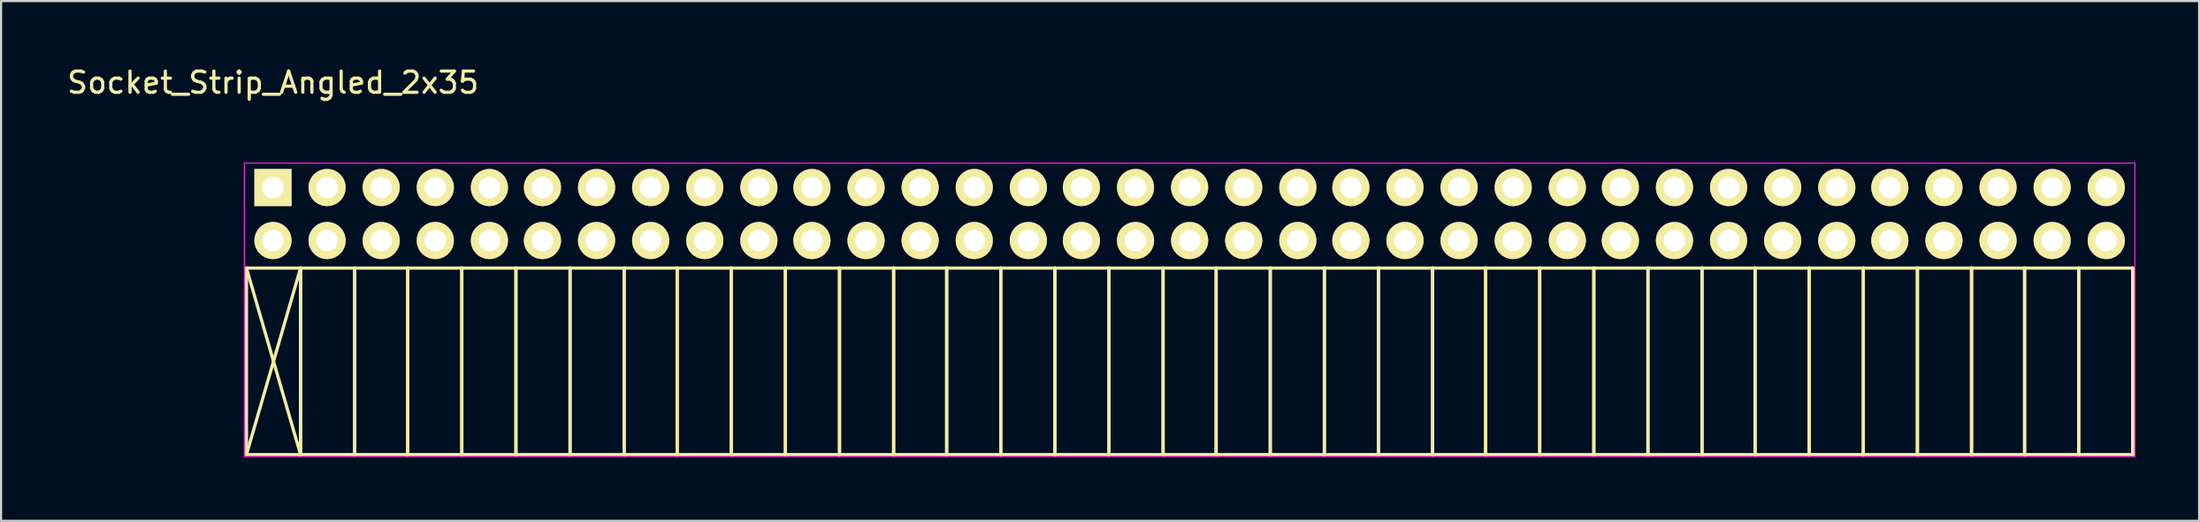
<source format=kicad_pcb>
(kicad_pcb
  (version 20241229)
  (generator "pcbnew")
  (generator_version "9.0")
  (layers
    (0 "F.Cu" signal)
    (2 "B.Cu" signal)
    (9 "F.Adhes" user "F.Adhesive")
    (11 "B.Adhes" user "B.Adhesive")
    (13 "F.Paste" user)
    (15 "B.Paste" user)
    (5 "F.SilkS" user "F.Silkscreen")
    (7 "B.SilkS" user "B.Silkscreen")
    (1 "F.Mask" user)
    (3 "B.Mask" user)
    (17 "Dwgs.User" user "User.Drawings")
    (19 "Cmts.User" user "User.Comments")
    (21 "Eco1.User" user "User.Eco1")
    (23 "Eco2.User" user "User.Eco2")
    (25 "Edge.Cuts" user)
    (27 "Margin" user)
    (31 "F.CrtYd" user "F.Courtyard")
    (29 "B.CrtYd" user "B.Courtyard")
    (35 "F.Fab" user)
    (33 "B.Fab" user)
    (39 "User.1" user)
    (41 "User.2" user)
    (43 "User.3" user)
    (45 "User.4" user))
  (footprint "Socket_Strip_Angled_2x35"
    (layer "F.Cu")
    (at 9.815 5.798)
    (property "Reference" "Socket_Strip_Angled_2x35" (at 0 -4.95 0) (layer "F.SilkS") (effects (font (size 1 1) (thickness 0.15))))
    (attr through_hole)
    (fp_line (start -1.25 3.8) (end -1.25 12.6) (stroke (width 0.15) (type solid)) (layer "F.SilkS"))
    (fp_line (start -1.25 3.8) (end 1.3 3.8) (stroke (width 0.15) (type solid)) (layer "F.SilkS"))
    (fp_line (start -1.25 3.8) (end 1.3 12.6) (stroke (width 0.15) (type solid)) (layer "F.SilkS"))
    (fp_line (start -1.25 12.6) (end 1.3 3.8) (stroke (width 0.15) (type solid)) (layer "F.SilkS"))
    (fp_line (start -1.25 12.6) (end 1.3 12.6) (stroke (width 0.15) (type solid)) (layer "F.SilkS"))
    (fp_line (start 1.3 3.8) (end 1.3 12.6) (stroke (width 0.15) (type solid)) (layer "F.SilkS"))
    (fp_line (start 1.3 3.8) (end 3.85 3.8) (stroke (width 0.15) (type solid)) (layer "F.SilkS"))
    (fp_line (start 1.3 12.6) (end 1.3 3.8) (stroke (width 0.15) (type solid)) (layer "F.SilkS"))
    (fp_line (start 1.3 12.6) (end 3.85 12.6) (stroke (width 0.15) (type solid)) (layer "F.SilkS"))
    (fp_line (start 3.85 3.8) (end 3.85 12.6) (stroke (width 0.15) (type solid)) (layer "F.SilkS"))
    (fp_line (start 3.85 3.8) (end 6.35 3.8) (stroke (width 0.15) (type solid)) (layer "F.SilkS"))
    (fp_line (start 3.85 12.6) (end 3.85 3.8) (stroke (width 0.15) (type solid)) (layer "F.SilkS"))
    (fp_line (start 3.85 12.6) (end 6.35 12.6) (stroke (width 0.15) (type solid)) (layer "F.SilkS"))
    (fp_line (start 6.35 3.8) (end 6.35 12.6) (stroke (width 0.15) (type solid)) (layer "F.SilkS"))
    (fp_line (start 6.35 3.8) (end 8.9 3.8) (stroke (width 0.15) (type solid)) (layer "F.SilkS"))
    (fp_line (start 6.35 12.6) (end 6.35 3.8) (stroke (width 0.15) (type solid)) (layer "F.SilkS"))
    (fp_line (start 6.35 12.6) (end 8.9 12.6) (stroke (width 0.15) (type solid)) (layer "F.SilkS"))
    (fp_line (start 8.9 3.8) (end 8.9 12.6) (stroke (width 0.15) (type solid)) (layer "F.SilkS"))
    (fp_line (start 8.9 3.8) (end 11.45 3.8) (stroke (width 0.15) (type solid)) (layer "F.SilkS"))
    (fp_line (start 8.9 12.6) (end 8.9 3.8) (stroke (width 0.15) (type solid)) (layer "F.SilkS"))
    (fp_line (start 8.9 12.6) (end 11.45 12.6) (stroke (width 0.15) (type solid)) (layer "F.SilkS"))
    (fp_line (start 11.45 3.8) (end 11.45 12.6) (stroke (width 0.15) (type solid)) (layer "F.SilkS"))
    (fp_line (start 11.45 3.8) (end 14 3.8) (stroke (width 0.15) (type solid)) (layer "F.SilkS"))
    (fp_line (start 11.45 12.6) (end 11.45 3.8) (stroke (width 0.15) (type solid)) (layer "F.SilkS"))
    (fp_line (start 11.45 12.6) (end 14 12.6) (stroke (width 0.15) (type solid)) (layer "F.SilkS"))
    (fp_line (start 14 3.8) (end 14 12.6) (stroke (width 0.15) (type solid)) (layer "F.SilkS"))
    (fp_line (start 14 3.8) (end 16.55 3.8) (stroke (width 0.15) (type solid)) (layer "F.SilkS"))
    (fp_line (start 14 12.6) (end 14 3.8) (stroke (width 0.15) (type solid)) (layer "F.SilkS"))
    (fp_line (start 14 12.6) (end 16.55 12.6) (stroke (width 0.15) (type solid)) (layer "F.SilkS"))
    (fp_line (start 16.55 3.8) (end 16.55 12.6) (stroke (width 0.15) (type solid)) (layer "F.SilkS"))
    (fp_line (start 16.55 3.8) (end 19.05 3.8) (stroke (width 0.15) (type solid)) (layer "F.SilkS"))
    (fp_line (start 16.55 12.6) (end 16.55 3.8) (stroke (width 0.15) (type solid)) (layer "F.SilkS"))
    (fp_line (start 16.55 12.6) (end 19.05 12.6) (stroke (width 0.15) (type solid)) (layer "F.SilkS"))
    (fp_line (start 19.05 3.8) (end 19.05 12.6) (stroke (width 0.15) (type solid)) (layer "F.SilkS"))
    (fp_line (start 19.05 3.8) (end 21.6 3.8) (stroke (width 0.15) (type solid)) (layer "F.SilkS"))
    (fp_line (start 19.05 12.6) (end 19.05 3.8) (stroke (width 0.15) (type solid)) (layer "F.SilkS"))
    (fp_line (start 19.05 12.6) (end 21.6 12.6) (stroke (width 0.15) (type solid)) (layer "F.SilkS"))
    (fp_line (start 21.6 3.8) (end 21.6 12.6) (stroke (width 0.15) (type solid)) (layer "F.SilkS"))
    (fp_line (start 21.6 3.8) (end 24.15 3.8) (stroke (width 0.15) (type solid)) (layer "F.SilkS"))
    (fp_line (start 21.6 12.6) (end 21.6 3.8) (stroke (width 0.15) (type solid)) (layer "F.SilkS"))
    (fp_line (start 21.6 12.6) (end 24.15 12.6) (stroke (width 0.15) (type solid)) (layer "F.SilkS"))
    (fp_line (start 24.15 3.8) (end 24.15 12.6) (stroke (width 0.15) (type solid)) (layer "F.SilkS"))
    (fp_line (start 24.15 3.8) (end 26.7 3.8) (stroke (width 0.15) (type solid)) (layer "F.SilkS"))
    (fp_line (start 24.15 12.6) (end 24.15 3.8) (stroke (width 0.15) (type solid)) (layer "F.SilkS"))
    (fp_line (start 24.15 12.6) (end 26.7 12.6) (stroke (width 0.15) (type solid)) (layer "F.SilkS"))
    (fp_line (start 26.7 3.8) (end 26.7 12.6) (stroke (width 0.15) (type solid)) (layer "F.SilkS"))
    (fp_line (start 26.7 3.8) (end 29.25 3.8) (stroke (width 0.15) (type solid)) (layer "F.SilkS"))
    (fp_line (start 26.7 12.6) (end 26.7 3.8) (stroke (width 0.15) (type solid)) (layer "F.SilkS"))
    (fp_line (start 26.7 12.6) (end 29.25 12.6) (stroke (width 0.15) (type solid)) (layer "F.SilkS"))
    (fp_line (start 29.25 3.8) (end 29.25 12.6) (stroke (width 0.15) (type solid)) (layer "F.SilkS"))
    (fp_line (start 29.25 3.8) (end 31.75 3.8) (stroke (width 0.15) (type solid)) (layer "F.SilkS"))
    (fp_line (start 29.25 12.6) (end 29.25 3.8) (stroke (width 0.15) (type solid)) (layer "F.SilkS"))
    (fp_line (start 29.25 12.6) (end 31.75 12.6) (stroke (width 0.15) (type solid)) (layer "F.SilkS"))
    (fp_line (start 31.75 3.8) (end 31.75 12.6) (stroke (width 0.15) (type solid)) (layer "F.SilkS"))
    (fp_line (start 31.75 3.8) (end 34.3 3.8) (stroke (width 0.15) (type solid)) (layer "F.SilkS"))
    (fp_line (start 31.75 12.6) (end 31.75 3.8) (stroke (width 0.15) (type solid)) (layer "F.SilkS"))
    (fp_line (start 31.75 12.6) (end 34.3 12.6) (stroke (width 0.15) (type solid)) (layer "F.SilkS"))
    (fp_line (start 34.3 3.8) (end 34.3 12.6) (stroke (width 0.15) (type solid)) (layer "F.SilkS"))
    (fp_line (start 34.3 3.8) (end 36.85 3.8) (stroke (width 0.15) (type solid)) (layer "F.SilkS"))
    (fp_line (start 34.3 12.6) (end 34.3 3.8) (stroke (width 0.15) (type solid)) (layer "F.SilkS"))
    (fp_line (start 34.3 12.6) (end 36.85 12.6) (stroke (width 0.15) (type solid)) (layer "F.SilkS"))
    (fp_line (start 36.85 3.8) (end 36.85 12.6) (stroke (width 0.15) (type solid)) (layer "F.SilkS"))
    (fp_line (start 36.85 3.8) (end 39.4 3.8) (stroke (width 0.15) (type solid)) (layer "F.SilkS"))
    (fp_line (start 36.85 12.6) (end 36.85 3.8) (stroke (width 0.15) (type solid)) (layer "F.SilkS"))
    (fp_line (start 36.85 12.6) (end 39.4 12.6) (stroke (width 0.15) (type solid)) (layer "F.SilkS"))
    (fp_line (start 39.4 3.8) (end 39.4 12.6) (stroke (width 0.15) (type solid)) (layer "F.SilkS"))
    (fp_line (start 39.4 3.8) (end 41.95 3.8) (stroke (width 0.15) (type solid)) (layer "F.SilkS"))
    (fp_line (start 39.4 12.6) (end 39.4 3.8) (stroke (width 0.15) (type solid)) (layer "F.SilkS"))
    (fp_line (start 39.4 12.6) (end 41.95 12.6) (stroke (width 0.15) (type solid)) (layer "F.SilkS"))
    (fp_line (start 41.95 3.8) (end 41.95 12.6) (stroke (width 0.15) (type solid)) (layer "F.SilkS"))
    (fp_line (start 41.95 3.8) (end 44.45 3.8) (stroke (width 0.15) (type solid)) (layer "F.SilkS"))
    (fp_line (start 41.95 12.6) (end 41.95 3.8) (stroke (width 0.15) (type solid)) (layer "F.SilkS"))
    (fp_line (start 41.95 12.6) (end 44.45 12.6) (stroke (width 0.15) (type solid)) (layer "F.SilkS"))
    (fp_line (start 44.45 3.8) (end 44.45 12.6) (stroke (width 0.15) (type solid)) (layer "F.SilkS"))
    (fp_line (start 44.45 3.8) (end 47 3.8) (stroke (width 0.15) (type solid)) (layer "F.SilkS"))
    (fp_line (start 44.45 12.6) (end 44.45 3.8) (stroke (width 0.15) (type solid)) (layer "F.SilkS"))
    (fp_line (start 44.45 12.6) (end 47 12.6) (stroke (width 0.15) (type solid)) (layer "F.SilkS"))
    (fp_line (start 47 3.8) (end 47 12.6) (stroke (width 0.15) (type solid)) (layer "F.SilkS"))
    (fp_line (start 47 3.8) (end 49.55 3.8) (stroke (width 0.15) (type solid)) (layer "F.SilkS"))
    (fp_line (start 47 12.6) (end 47 3.8) (stroke (width 0.15) (type solid)) (layer "F.SilkS"))
    (fp_line (start 47 12.6) (end 49.55 12.6) (stroke (width 0.15) (type solid)) (layer "F.SilkS"))
    (fp_line (start 49.55 3.8) (end 49.55 12.6) (stroke (width 0.15) (type solid)) (layer "F.SilkS"))
    (fp_line (start 49.55 3.8) (end 52.1 3.8) (stroke (width 0.15) (type solid)) (layer "F.SilkS"))
    (fp_line (start 49.55 12.6) (end 49.55 3.8) (stroke (width 0.15) (type solid)) (layer "F.SilkS"))
    (fp_line (start 49.55 12.6) (end 52.1 12.6) (stroke (width 0.15) (type solid)) (layer "F.SilkS"))
    (fp_line (start 52.1 3.8) (end 52.1 12.6) (stroke (width 0.15) (type solid)) (layer "F.SilkS"))
    (fp_line (start 52.1 3.8) (end 54.65 3.8) (stroke (width 0.15) (type solid)) (layer "F.SilkS"))
    (fp_line (start 52.1 12.6) (end 52.1 3.8) (stroke (width 0.15) (type solid)) (layer "F.SilkS"))
    (fp_line (start 52.1 12.6) (end 54.65 12.6) (stroke (width 0.15) (type solid)) (layer "F.SilkS"))
    (fp_line (start 54.65 3.8) (end 54.65 12.6) (stroke (width 0.15) (type solid)) (layer "F.SilkS"))
    (fp_line (start 54.65 3.8) (end 57.15 3.8) (stroke (width 0.15) (type solid)) (layer "F.SilkS"))
    (fp_line (start 54.65 12.6) (end 54.65 3.8) (stroke (width 0.15) (type solid)) (layer "F.SilkS"))
    (fp_line (start 54.65 12.6) (end 57.15 12.6) (stroke (width 0.15) (type solid)) (layer "F.SilkS"))
    (fp_line (start 57.15 3.8) (end 57.15 12.6) (stroke (width 0.15) (type solid)) (layer "F.SilkS"))
    (fp_line (start 57.15 3.8) (end 59.7 3.8) (stroke (width 0.15) (type solid)) (layer "F.SilkS"))
    (fp_line (start 57.15 12.6) (end 57.15 3.8) (stroke (width 0.15) (type solid)) (layer "F.SilkS"))
    (fp_line (start 57.15 12.6) (end 59.7 12.6) (stroke (width 0.15) (type solid)) (layer "F.SilkS"))
    (fp_line (start 59.7 3.8) (end 59.7 12.6) (stroke (width 0.15) (type solid)) (layer "F.SilkS"))
    (fp_line (start 59.7 3.8) (end 62.25 3.8) (stroke (width 0.15) (type solid)) (layer "F.SilkS"))
    (fp_line (start 59.7 12.6) (end 59.7 3.8) (stroke (width 0.15) (type solid)) (layer "F.SilkS"))
    (fp_line (start 59.7 12.6) (end 62.25 12.6) (stroke (width 0.15) (type solid)) (layer "F.SilkS"))
    (fp_line (start 62.25 3.8) (end 62.25 12.6) (stroke (width 0.15) (type solid)) (layer "F.SilkS"))
    (fp_line (start 62.25 3.8) (end 64.8 3.8) (stroke (width 0.15) (type solid)) (layer "F.SilkS"))
    (fp_line (start 62.25 12.6) (end 62.25 3.8) (stroke (width 0.15) (type solid)) (layer "F.SilkS"))
    (fp_line (start 62.25 12.6) (end 64.8 12.6) (stroke (width 0.15) (type solid)) (layer "F.SilkS"))
    (fp_line (start 64.8 3.8) (end 64.8 12.6) (stroke (width 0.15) (type solid)) (layer "F.SilkS"))
    (fp_line (start 64.8 3.8) (end 67.35 3.8) (stroke (width 0.15) (type solid)) (layer "F.SilkS"))
    (fp_line (start 64.8 12.6) (end 64.8 3.8) (stroke (width 0.15) (type solid)) (layer "F.SilkS"))
    (fp_line (start 64.8 12.6) (end 67.35 12.6) (stroke (width 0.15) (type solid)) (layer "F.SilkS"))
    (fp_line (start 67.35 3.8) (end 67.35 12.6) (stroke (width 0.15) (type solid)) (layer "F.SilkS"))
    (fp_line (start 67.35 3.8) (end 69.85 3.8) (stroke (width 0.15) (type solid)) (layer "F.SilkS"))
    (fp_line (start 67.35 12.6) (end 67.35 3.8) (stroke (width 0.15) (type solid)) (layer "F.SilkS"))
    (fp_line (start 67.35 12.6) (end 69.85 12.6) (stroke (width 0.15) (type solid)) (layer "F.SilkS"))
    (fp_line (start 69.85 3.8) (end 69.85 12.6) (stroke (width 0.15) (type solid)) (layer "F.SilkS"))
    (fp_line (start 69.85 3.8) (end 72.4 3.8) (stroke (width 0.15) (type solid)) (layer "F.SilkS"))
    (fp_line (start 69.85 12.6) (end 69.85 3.8) (stroke (width 0.15) (type solid)) (layer "F.SilkS"))
    (fp_line (start 69.85 12.6) (end 72.4 12.6) (stroke (width 0.15) (type solid)) (layer "F.SilkS"))
    (fp_line (start 72.4 3.8) (end 72.4 12.6) (stroke (width 0.15) (type solid)) (layer "F.SilkS"))
    (fp_line (start 72.4 3.8) (end 74.95 3.8) (stroke (width 0.15) (type solid)) (layer "F.SilkS"))
    (fp_line (start 72.4 12.6) (end 72.4 3.8) (stroke (width 0.15) (type solid)) (layer "F.SilkS"))
    (fp_line (start 72.4 12.6) (end 74.95 12.6) (stroke (width 0.15) (type solid)) (layer "F.SilkS"))
    (fp_line (start 74.95 3.8) (end 74.95 12.6) (stroke (width 0.15) (type solid)) (layer "F.SilkS"))
    (fp_line (start 74.95 3.8) (end 77.5 3.8) (stroke (width 0.15) (type solid)) (layer "F.SilkS"))
    (fp_line (start 74.95 12.6) (end 74.95 3.8) (stroke (width 0.15) (type solid)) (layer "F.SilkS"))
    (fp_line (start 74.95 12.6) (end 77.5 12.6) (stroke (width 0.15) (type solid)) (layer "F.SilkS"))
    (fp_line (start 77.5 3.8) (end 77.5 12.6) (stroke (width 0.15) (type solid)) (layer "F.SilkS"))
    (fp_line (start 77.5 3.8) (end 80.05 3.8) (stroke (width 0.15) (type solid)) (layer "F.SilkS"))
    (fp_line (start 77.5 12.6) (end 77.5 3.8) (stroke (width 0.15) (type solid)) (layer "F.SilkS"))
    (fp_line (start 77.5 12.6) (end 80.05 12.6) (stroke (width 0.15) (type solid)) (layer "F.SilkS"))
    (fp_line (start 80.05 3.8) (end 80.05 12.6) (stroke (width 0.15) (type solid)) (layer "F.SilkS"))
    (fp_line (start 80.05 3.8) (end 82.55 3.8) (stroke (width 0.15) (type solid)) (layer "F.SilkS"))
    (fp_line (start 80.05 12.6) (end 80.05 3.8) (stroke (width 0.15) (type solid)) (layer "F.SilkS"))
    (fp_line (start 80.05 12.6) (end 82.55 12.6) (stroke (width 0.15) (type solid)) (layer "F.SilkS"))
    (fp_line (start 82.55 3.8) (end 82.55 12.6) (stroke (width 0.15) (type solid)) (layer "F.SilkS"))
    (fp_line (start 82.55 3.8) (end 85.1 3.8) (stroke (width 0.15) (type solid)) (layer "F.SilkS"))
    (fp_line (start 82.55 12.6) (end 82.55 3.8) (stroke (width 0.15) (type solid)) (layer "F.SilkS"))
    (fp_line (start 82.55 12.6) (end 85.1 12.6) (stroke (width 0.15) (type solid)) (layer "F.SilkS"))
    (fp_line (start 85.1 3.8) (end 85.1 12.6) (stroke (width 0.15) (type solid)) (layer "F.SilkS"))
    (fp_line (start 85.1 3.8) (end 87.65 3.8) (stroke (width 0.15) (type solid)) (layer "F.SilkS"))
    (fp_line (start 85.1 12.6) (end 85.1 3.8) (stroke (width 0.15) (type solid)) (layer "F.SilkS"))
    (fp_line (start 85.1 12.6) (end 87.65 12.6) (stroke (width 0.15) (type solid)) (layer "F.SilkS"))
    (fp_line (start 87.65 3.8) (end 87.65 12.6) (stroke (width 0.15) (type solid)) (layer "F.SilkS"))
    (fp_line (start 87.65 12.6) (end 87.65 3.8) (stroke (width 0.15) (type solid)) (layer "F.SilkS"))
    (fp_line (start -1.35 -1.15) (end -1.35 12.7) (stroke (width 0.05) (type solid)) (layer "F.CrtYd"))
    (fp_line (start -1.35 -1.15) (end 87.75 -1.15) (stroke (width 0.05) (type solid)) (layer "F.CrtYd"))
    (fp_line (start -1.35 12.7) (end 87.75 12.7) (stroke (width 0.05) (type solid)) (layer "F.CrtYd"))
    (fp_line (start 87.75 -1.15) (end 87.75 12.7) (stroke (width 0.05) (type solid)) (layer "F.CrtYd"))
    (pad "1" thru_hole rect (at 0 0) (size 1.75 1.75) (drill 1.016) (layers "*.Cu" "*.Mask" "F.SilkS"))
    (pad "2" thru_hole oval (at 0 2.5) (size 1.75 1.75) (drill 1.016) (layers "*.Cu" "*.Mask" "F.SilkS"))
    (pad "3" thru_hole oval (at 2.55 0) (size 1.75 1.75) (drill 1.016) (layers "*.Cu" "*.Mask" "F.SilkS"))
    (pad "4" thru_hole oval (at 2.55 2.5) (size 1.75 1.75) (drill 1.016) (layers "*.Cu" "*.Mask" "F.SilkS"))
    (pad "5" thru_hole oval (at 5.1 0) (size 1.75 1.75) (drill 1.016) (layers "*.Cu" "*.Mask" "F.SilkS"))
    (pad "6" thru_hole oval (at 5.1 2.5) (size 1.75 1.75) (drill 1.016) (layers "*.Cu" "*.Mask" "F.SilkS"))
    (pad "7" thru_hole oval (at 7.65 0) (size 1.75 1.75) (drill 1.016) (layers "*.Cu" "*.Mask" "F.SilkS"))
    (pad "8" thru_hole oval (at 7.65 2.5) (size 1.75 1.75) (drill 1.016) (layers "*.Cu" "*.Mask" "F.SilkS"))
    (pad "9" thru_hole oval (at 10.2 0) (size 1.75 1.75) (drill 1.016) (layers "*.Cu" "*.Mask" "F.SilkS"))
    (pad "10" thru_hole oval (at 10.2 2.5) (size 1.75 1.75) (drill 1.016) (layers "*.Cu" "*.Mask" "F.SilkS"))
    (pad "11" thru_hole oval (at 12.7 0) (size 1.75 1.75) (drill 1.016) (layers "*.Cu" "*.Mask" "F.SilkS"))
    (pad "12" thru_hole oval (at 12.7 2.5) (size 1.75 1.75) (drill 1.016) (layers "*.Cu" "*.Mask" "F.SilkS"))
    (pad "13" thru_hole oval (at 15.25 0) (size 1.75 1.75) (drill 1.016) (layers "*.Cu" "*.Mask" "F.SilkS"))
    (pad "14" thru_hole oval (at 15.25 2.5) (size 1.75 1.75) (drill 1.016) (layers "*.Cu" "*.Mask" "F.SilkS"))
    (pad "15" thru_hole oval (at 17.8 0) (size 1.75 1.75) (drill 1.016) (layers "*.Cu" "*.Mask" "F.SilkS"))
    (pad "16" thru_hole oval (at 17.8 2.5) (size 1.75 1.75) (drill 1.016) (layers "*.Cu" "*.Mask" "F.SilkS"))
    (pad "17" thru_hole oval (at 20.35 0) (size 1.75 1.75) (drill 1.016) (layers "*.Cu" "*.Mask" "F.SilkS"))
    (pad "18" thru_hole oval (at 20.35 2.5) (size 1.75 1.75) (drill 1.016) (layers "*.Cu" "*.Mask" "F.SilkS"))
    (pad "19" thru_hole oval (at 22.9 0) (size 1.75 1.75) (drill 1.016) (layers "*.Cu" "*.Mask" "F.SilkS"))
    (pad "20" thru_hole oval (at 22.9 2.5) (size 1.75 1.75) (drill 1.016) (layers "*.Cu" "*.Mask" "F.SilkS"))
    (pad "21" thru_hole oval (at 25.4 0) (size 1.75 1.75) (drill 1.016) (layers "*.Cu" "*.Mask" "F.SilkS"))
    (pad "22" thru_hole oval (at 25.4 2.5) (size 1.75 1.75) (drill 1.016) (layers "*.Cu" "*.Mask" "F.SilkS"))
    (pad "23" thru_hole oval (at 27.95 0) (size 1.75 1.75) (drill 1.016) (layers "*.Cu" "*.Mask" "F.SilkS"))
    (pad "24" thru_hole oval (at 27.95 2.5) (size 1.75 1.75) (drill 1.016) (layers "*.Cu" "*.Mask" "F.SilkS"))
    (pad "25" thru_hole oval (at 30.5 0) (size 1.75 1.75) (drill 1.016) (layers "*.Cu" "*.Mask" "F.SilkS"))
    (pad "26" thru_hole oval (at 30.5 2.5) (size 1.75 1.75) (drill 1.016) (layers "*.Cu" "*.Mask" "F.SilkS"))
    (pad "27" thru_hole oval (at 33.05 0) (size 1.75 1.75) (drill 1.016) (layers "*.Cu" "*.Mask" "F.SilkS"))
    (pad "28" thru_hole oval (at 33.05 2.5) (size 1.75 1.75) (drill 1.016) (layers "*.Cu" "*.Mask" "F.SilkS"))
    (pad "29" thru_hole oval (at 35.6 0) (size 1.75 1.75) (drill 1.016) (layers "*.Cu" "*.Mask" "F.SilkS"))
    (pad "30" thru_hole oval (at 35.6 2.5) (size 1.75 1.75) (drill 1.016) (layers "*.Cu" "*.Mask" "F.SilkS"))
    (pad "31" thru_hole oval (at 38.1 0) (size 1.75 1.75) (drill 1.016) (layers "*.Cu" "*.Mask" "F.SilkS"))
    (pad "32" thru_hole oval (at 38.1 2.5) (size 1.75 1.75) (drill 1.016) (layers "*.Cu" "*.Mask" "F.SilkS"))
    (pad "33" thru_hole oval (at 40.65 0) (size 1.75 1.75) (drill 1.016) (layers "*.Cu" "*.Mask" "F.SilkS"))
    (pad "34" thru_hole oval (at 40.65 2.5) (size 1.75 1.75) (drill 1.016) (layers "*.Cu" "*.Mask" "F.SilkS"))
    (pad "35" thru_hole oval (at 43.2 0) (size 1.75 1.75) (drill 1.016) (layers "*.Cu" "*.Mask" "F.SilkS"))
    (pad "36" thru_hole oval (at 43.2 2.5) (size 1.75 1.75) (drill 1.016) (layers "*.Cu" "*.Mask" "F.SilkS"))
    (pad "37" thru_hole oval (at 45.75 0) (size 1.75 1.75) (drill 1.016) (layers "*.Cu" "*.Mask" "F.SilkS"))
    (pad "38" thru_hole oval (at 45.75 2.5) (size 1.75 1.75) (drill 1.016) (layers "*.Cu" "*.Mask" "F.SilkS"))
    (pad "39" thru_hole oval (at 48.3 0) (size 1.75 1.75) (drill 1.016) (layers "*.Cu" "*.Mask" "F.SilkS"))
    (pad "40" thru_hole oval (at 48.3 2.5) (size 1.75 1.75) (drill 1.016) (layers "*.Cu" "*.Mask" "F.SilkS"))
    (pad "41" thru_hole oval (at 50.8 0) (size 1.75 1.75) (drill 1.016) (layers "*.Cu" "*.Mask" "F.SilkS"))
    (pad "42" thru_hole oval (at 50.8 2.5) (size 1.75 1.75) (drill 1.016) (layers "*.Cu" "*.Mask" "F.SilkS"))
    (pad "43" thru_hole oval (at 53.35 0) (size 1.75 1.75) (drill 1.016) (layers "*.Cu" "*.Mask" "F.SilkS"))
    (pad "44" thru_hole oval (at 53.35 2.5) (size 1.75 1.75) (drill 1.016) (layers "*.Cu" "*.Mask" "F.SilkS"))
    (pad "45" thru_hole oval (at 55.9 0) (size 1.75 1.75) (drill 1.016) (layers "*.Cu" "*.Mask" "F.SilkS"))
    (pad "46" thru_hole oval (at 55.9 2.5) (size 1.75 1.75) (drill 1.016) (layers "*.Cu" "*.Mask" "F.SilkS"))
    (pad "47" thru_hole oval (at 58.45 0) (size 1.75 1.75) (drill 1.016) (layers "*.Cu" "*.Mask" "F.SilkS"))
    (pad "48" thru_hole oval (at 58.45 2.5) (size 1.75 1.75) (drill 1.016) (layers "*.Cu" "*.Mask" "F.SilkS"))
    (pad "49" thru_hole oval (at 61 0) (size 1.75 1.75) (drill 1.016) (layers "*.Cu" "*.Mask" "F.SilkS"))
    (pad "50" thru_hole oval (at 61 2.5) (size 1.75 1.75) (drill 1.016) (layers "*.Cu" "*.Mask" "F.SilkS"))
    (pad "51" thru_hole oval (at 63.5 0) (size 1.75 1.75) (drill 1.016) (layers "*.Cu" "*.Mask" "F.SilkS"))
    (pad "52" thru_hole oval (at 63.5 2.5) (size 1.75 1.75) (drill 1.016) (layers "*.Cu" "*.Mask" "F.SilkS"))
    (pad "53" thru_hole oval (at 66.05 0) (size 1.75 1.75) (drill 1.016) (layers "*.Cu" "*.Mask" "F.SilkS"))
    (pad "54" thru_hole oval (at 66.05 2.5) (size 1.75 1.75) (drill 1.016) (layers "*.Cu" "*.Mask" "F.SilkS"))
    (pad "55" thru_hole oval (at 68.6 0) (size 1.75 1.75) (drill 1.016) (layers "*.Cu" "*.Mask" "F.SilkS"))
    (pad "56" thru_hole oval (at 68.6 2.5) (size 1.75 1.75) (drill 1.016) (layers "*.Cu" "*.Mask" "F.SilkS"))
    (pad "57" thru_hole oval (at 71.15 0) (size 1.75 1.75) (drill 1.016) (layers "*.Cu" "*.Mask" "F.SilkS"))
    (pad "58" thru_hole oval (at 71.15 2.5) (size 1.75 1.75) (drill 1.016) (layers "*.Cu" "*.Mask" "F.SilkS"))
    (pad "59" thru_hole oval (at 73.7 0) (size 1.75 1.75) (drill 1.016) (layers "*.Cu" "*.Mask" "F.SilkS"))
    (pad "60" thru_hole oval (at 73.7 2.5) (size 1.75 1.75) (drill 1.016) (layers "*.Cu" "*.Mask" "F.SilkS"))
    (pad "61" thru_hole oval (at 76.2 0) (size 1.75 1.75) (drill 1.016) (layers "*.Cu" "*.Mask" "F.SilkS"))
    (pad "62" thru_hole oval (at 76.2 2.5) (size 1.75 1.75) (drill 1.016) (layers "*.Cu" "*.Mask" "F.SilkS"))
    (pad "63" thru_hole oval (at 78.75 0) (size 1.75 1.75) (drill 1.016) (layers "*.Cu" "*.Mask" "F.SilkS"))
    (pad "64" thru_hole oval (at 78.75 2.5) (size 1.75 1.75) (drill 1.016) (layers "*.Cu" "*.Mask" "F.SilkS"))
    (pad "65" thru_hole oval (at 81.3 0) (size 1.75 1.75) (drill 1.016) (layers "*.Cu" "*.Mask" "F.SilkS"))
    (pad "66" thru_hole oval (at 81.3 2.5) (size 1.75 1.75) (drill 1.016) (layers "*.Cu" "*.Mask" "F.SilkS"))
    (pad "67" thru_hole oval (at 83.85 0) (size 1.75 1.75) (drill 1.016) (layers "*.Cu" "*.Mask" "F.SilkS"))
    (pad "68" thru_hole oval (at 83.85 2.5) (size 1.75 1.75) (drill 1.016) (layers "*.Cu" "*.Mask" "F.SilkS"))
    (pad "69" thru_hole oval (at 86.4 0) (size 1.75 1.75) (drill 1.016) (layers "*.Cu" "*.Mask" "F.SilkS"))
    (pad "70" thru_hole oval (at 86.4 2.5) (size 1.75 1.75) (drill 1.016) (layers "*.Cu" "*.Mask" "F.SilkS")))
  (gr_rect
    (start -3 -3)
    (end 100.59 21.523)
    (stroke (width 0.1) (type default))
    (fill no)
    (layer "Edge.Cuts")))
</source>
